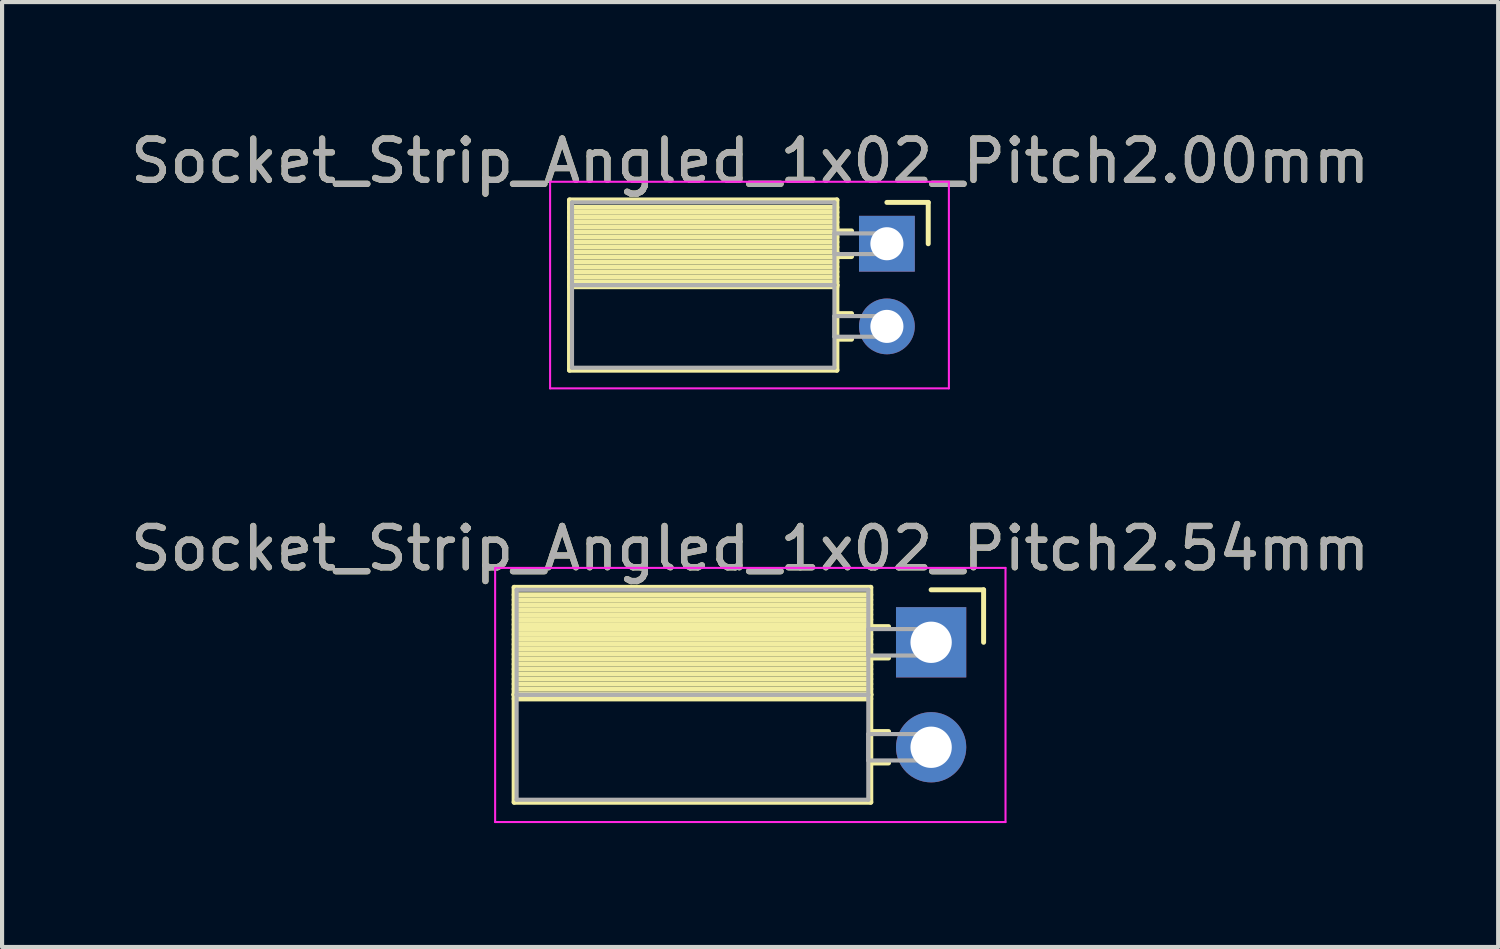
<source format=kicad_pcb>
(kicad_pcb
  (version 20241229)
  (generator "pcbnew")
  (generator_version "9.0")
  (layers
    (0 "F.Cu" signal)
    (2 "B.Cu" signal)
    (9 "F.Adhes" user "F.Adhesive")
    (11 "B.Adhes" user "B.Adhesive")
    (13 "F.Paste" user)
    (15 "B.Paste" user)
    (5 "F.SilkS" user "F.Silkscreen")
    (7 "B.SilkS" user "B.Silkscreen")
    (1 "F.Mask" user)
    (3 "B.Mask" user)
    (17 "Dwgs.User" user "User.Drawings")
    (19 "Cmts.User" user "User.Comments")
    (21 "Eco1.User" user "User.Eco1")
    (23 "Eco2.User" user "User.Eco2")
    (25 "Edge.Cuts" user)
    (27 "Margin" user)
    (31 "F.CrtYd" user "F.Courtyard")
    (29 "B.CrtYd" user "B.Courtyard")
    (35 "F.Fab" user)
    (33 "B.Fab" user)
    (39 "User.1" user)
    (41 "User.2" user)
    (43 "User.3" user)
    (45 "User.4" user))
  (footprint "Socket_Strip_Angled_1x02_Pitch2.54mm"
    (layer "F.Cu")
    (at 19.481 12.492)
    (property "Reference" "Socket_Strip_Angled_1x02_Pitch2.54mm" (at -4.38 -2.27 0) (layer "F.SilkS") (effects (font (size 1 1) (thickness 0.15))))
    (attr through_hole)
    (fp_line (start -10.09 -1.33) (end -1.46 -1.33) (stroke (width 0.12) (type solid)) (layer "F.SilkS"))
    (fp_line (start -10.09 1.27) (end -10.09 -1.33) (stroke (width 0.12) (type solid)) (layer "F.SilkS"))
    (fp_line (start -10.09 1.27) (end -1.46 1.27) (stroke (width 0.12) (type solid)) (layer "F.SilkS"))
    (fp_line (start -10.09 3.87) (end -10.09 1.27) (stroke (width 0.12) (type solid)) (layer "F.SilkS"))
    (fp_line (start -1.46 -1.33) (end -1.46 1.27) (stroke (width 0.12) (type solid)) (layer "F.SilkS"))
    (fp_line (start -1.46 -1.15) (end -10.09 -1.15) (stroke (width 0.12) (type solid)) (layer "F.SilkS"))
    (fp_line (start -1.46 -1.03) (end -10.09 -1.03) (stroke (width 0.12) (type solid)) (layer "F.SilkS"))
    (fp_line (start -1.46 -0.91) (end -10.09 -0.91) (stroke (width 0.12) (type solid)) (layer "F.SilkS"))
    (fp_line (start -1.46 -0.79) (end -10.09 -0.79) (stroke (width 0.12) (type solid)) (layer "F.SilkS"))
    (fp_line (start -1.46 -0.67) (end -10.09 -0.67) (stroke (width 0.12) (type solid)) (layer "F.SilkS"))
    (fp_line (start -1.46 -0.55) (end -10.09 -0.55) (stroke (width 0.12) (type solid)) (layer "F.SilkS"))
    (fp_line (start -1.46 -0.43) (end -10.09 -0.43) (stroke (width 0.12) (type solid)) (layer "F.SilkS"))
    (fp_line (start -1.46 -0.31) (end -10.09 -0.31) (stroke (width 0.12) (type solid)) (layer "F.SilkS"))
    (fp_line (start -1.46 -0.19) (end -10.09 -0.19) (stroke (width 0.12) (type solid)) (layer "F.SilkS"))
    (fp_line (start -1.46 -0.07) (end -10.09 -0.07) (stroke (width 0.12) (type solid)) (layer "F.SilkS"))
    (fp_line (start -1.46 0.05) (end -10.09 0.05) (stroke (width 0.12) (type solid)) (layer "F.SilkS"))
    (fp_line (start -1.46 0.17) (end -10.09 0.17) (stroke (width 0.12) (type solid)) (layer "F.SilkS"))
    (fp_line (start -1.46 0.29) (end -10.09 0.29) (stroke (width 0.12) (type solid)) (layer "F.SilkS"))
    (fp_line (start -1.46 0.41) (end -10.09 0.41) (stroke (width 0.12) (type solid)) (layer "F.SilkS"))
    (fp_line (start -1.46 0.53) (end -10.09 0.53) (stroke (width 0.12) (type solid)) (layer "F.SilkS"))
    (fp_line (start -1.46 0.65) (end -10.09 0.65) (stroke (width 0.12) (type solid)) (layer "F.SilkS"))
    (fp_line (start -1.46 0.77) (end -10.09 0.77) (stroke (width 0.12) (type solid)) (layer "F.SilkS"))
    (fp_line (start -1.46 0.89) (end -10.09 0.89) (stroke (width 0.12) (type solid)) (layer "F.SilkS"))
    (fp_line (start -1.46 1.01) (end -10.09 1.01) (stroke (width 0.12) (type solid)) (layer "F.SilkS"))
    (fp_line (start -1.46 1.13) (end -10.09 1.13) (stroke (width 0.12) (type solid)) (layer "F.SilkS"))
    (fp_line (start -1.46 1.25) (end -10.09 1.25) (stroke (width 0.12) (type solid)) (layer "F.SilkS"))
    (fp_line (start -1.46 1.27) (end -10.09 1.27) (stroke (width 0.12) (type solid)) (layer "F.SilkS"))
    (fp_line (start -1.46 1.27) (end -1.46 3.87) (stroke (width 0.12) (type solid)) (layer "F.SilkS"))
    (fp_line (start -1.46 1.37) (end -10.09 1.37) (stroke (width 0.12) (type solid)) (layer "F.SilkS"))
    (fp_line (start -1.46 3.87) (end -10.09 3.87) (stroke (width 0.12) (type solid)) (layer "F.SilkS"))
    (fp_line (start -1.03 -0.38) (end -1.46 -0.38) (stroke (width 0.12) (type solid)) (layer "F.SilkS"))
    (fp_line (start -1.03 0.38) (end -1.46 0.38) (stroke (width 0.12) (type solid)) (layer "F.SilkS"))
    (fp_line (start -1.03 2.16) (end -1.46 2.16) (stroke (width 0.12) (type solid)) (layer "F.SilkS"))
    (fp_line (start -1.03 2.92) (end -1.46 2.92) (stroke (width 0.12) (type solid)) (layer "F.SilkS"))
    (fp_line (start 0 -1.27) (end 1.27 -1.27) (stroke (width 0.12) (type solid)) (layer "F.SilkS"))
    (fp_line (start 1.27 -1.27) (end 1.27 0) (stroke (width 0.12) (type solid)) (layer "F.SilkS"))
    (fp_line (start -10.55 -1.8) (end 1.8 -1.8) (stroke (width 0.05) (type solid)) (layer "F.CrtYd"))
    (fp_line (start -10.55 4.35) (end -10.55 -1.8) (stroke (width 0.05) (type solid)) (layer "F.CrtYd"))
    (fp_line (start 1.8 -1.8) (end 1.8 4.35) (stroke (width 0.05) (type solid)) (layer "F.CrtYd"))
    (fp_line (start 1.8 4.35) (end -10.55 4.35) (stroke (width 0.05) (type solid)) (layer "F.CrtYd"))
    (fp_line (start -10.03 -1.27) (end -1.52 -1.27) (stroke (width 0.1) (type solid)) (layer "F.Fab"))
    (fp_line (start -10.03 1.27) (end -10.03 -1.27) (stroke (width 0.1) (type solid)) (layer "F.Fab"))
    (fp_line (start -10.03 1.27) (end -1.52 1.27) (stroke (width 0.1) (type solid)) (layer "F.Fab"))
    (fp_line (start -10.03 3.81) (end -10.03 1.27) (stroke (width 0.1) (type solid)) (layer "F.Fab"))
    (fp_line (start -1.52 -1.27) (end -1.52 1.27) (stroke (width 0.1) (type solid)) (layer "F.Fab"))
    (fp_line (start -1.52 -0.32) (end 0 -0.32) (stroke (width 0.1) (type solid)) (layer "F.Fab"))
    (fp_line (start -1.52 0.32) (end -1.52 -0.32) (stroke (width 0.1) (type solid)) (layer "F.Fab"))
    (fp_line (start -1.52 1.27) (end -10.03 1.27) (stroke (width 0.1) (type solid)) (layer "F.Fab"))
    (fp_line (start -1.52 1.27) (end -1.52 3.81) (stroke (width 0.1) (type solid)) (layer "F.Fab"))
    (fp_line (start -1.52 2.22) (end 0 2.22) (stroke (width 0.1) (type solid)) (layer "F.Fab"))
    (fp_line (start -1.52 2.86) (end -1.52 2.22) (stroke (width 0.1) (type solid)) (layer "F.Fab"))
    (fp_line (start -1.52 3.81) (end -10.03 3.81) (stroke (width 0.1) (type solid)) (layer "F.Fab"))
    (fp_line (start 0 -0.32) (end 0 0.32) (stroke (width 0.1) (type solid)) (layer "F.Fab"))
    (fp_line (start 0 0.32) (end -1.52 0.32) (stroke (width 0.1) (type solid)) (layer "F.Fab"))
    (fp_line (start 0 2.22) (end 0 2.86) (stroke (width 0.1) (type solid)) (layer "F.Fab"))
    (fp_line (start 0 2.86) (end -1.52 2.86) (stroke (width 0.1) (type solid)) (layer "F.Fab"))
    (fp_text user "${REFERENCE}" (at -4.38 -2.27 0) (layer "F.Fab") (effects (font (size 1 1) (thickness 0.15))))
    (pad "1" thru_hole rect (at 0 0) (size 1.7 1.7) (drill 1) (layers "*.Cu" "*.Mask"))
    (pad "2" thru_hole oval (at 0 2.54) (size 1.7 1.7) (drill 1) (layers "*.Cu" "*.Mask")))
  (footprint "Socket_Strip_Angled_1x02_Pitch2.00mm"
    (layer "F.Cu")
    (at 18.411 2.848)
    (property "Reference" "Socket_Strip_Angled_1x02_Pitch2.00mm" (at -3.31 -2 0) (layer "F.SilkS") (effects (font (size 1 1) (thickness 0.15))))
    (attr through_hole)
    (fp_line (start -7.68 -1.06) (end -1.21 -1.06) (stroke (width 0.12) (type solid)) (layer "F.SilkS"))
    (fp_line (start -7.68 1) (end -7.68 -1.06) (stroke (width 0.12) (type solid)) (layer "F.SilkS"))
    (fp_line (start -7.68 1) (end -1.21 1) (stroke (width 0.12) (type solid)) (layer "F.SilkS"))
    (fp_line (start -7.68 3.06) (end -7.68 1) (stroke (width 0.12) (type solid)) (layer "F.SilkS"))
    (fp_line (start -1.21 -1.06) (end -1.21 1) (stroke (width 0.12) (type solid)) (layer "F.SilkS"))
    (fp_line (start -1.21 -0.88) (end -7.68 -0.88) (stroke (width 0.12) (type solid)) (layer "F.SilkS"))
    (fp_line (start -1.21 -0.76) (end -7.68 -0.76) (stroke (width 0.12) (type solid)) (layer "F.SilkS"))
    (fp_line (start -1.21 -0.64) (end -7.68 -0.64) (stroke (width 0.12) (type solid)) (layer "F.SilkS"))
    (fp_line (start -1.21 -0.52) (end -7.68 -0.52) (stroke (width 0.12) (type solid)) (layer "F.SilkS"))
    (fp_line (start -1.21 -0.4) (end -7.68 -0.4) (stroke (width 0.12) (type solid)) (layer "F.SilkS"))
    (fp_line (start -1.21 -0.28) (end -7.68 -0.28) (stroke (width 0.12) (type solid)) (layer "F.SilkS"))
    (fp_line (start -1.21 -0.16) (end -7.68 -0.16) (stroke (width 0.12) (type solid)) (layer "F.SilkS"))
    (fp_line (start -1.21 -0.04) (end -7.68 -0.04) (stroke (width 0.12) (type solid)) (layer "F.SilkS"))
    (fp_line (start -1.21 0.08) (end -7.68 0.08) (stroke (width 0.12) (type solid)) (layer "F.SilkS"))
    (fp_line (start -1.21 0.2) (end -7.68 0.2) (stroke (width 0.12) (type solid)) (layer "F.SilkS"))
    (fp_line (start -1.21 0.32) (end -7.68 0.32) (stroke (width 0.12) (type solid)) (layer "F.SilkS"))
    (fp_line (start -1.21 0.44) (end -7.68 0.44) (stroke (width 0.12) (type solid)) (layer "F.SilkS"))
    (fp_line (start -1.21 0.56) (end -7.68 0.56) (stroke (width 0.12) (type solid)) (layer "F.SilkS"))
    (fp_line (start -1.21 0.68) (end -7.68 0.68) (stroke (width 0.12) (type solid)) (layer "F.SilkS"))
    (fp_line (start -1.21 0.8) (end -7.68 0.8) (stroke (width 0.12) (type solid)) (layer "F.SilkS"))
    (fp_line (start -1.21 0.92) (end -7.68 0.92) (stroke (width 0.12) (type solid)) (layer "F.SilkS"))
    (fp_line (start -1.21 1) (end -7.68 1) (stroke (width 0.12) (type solid)) (layer "F.SilkS"))
    (fp_line (start -1.21 1) (end -1.21 3.06) (stroke (width 0.12) (type solid)) (layer "F.SilkS"))
    (fp_line (start -1.21 1.04) (end -7.68 1.04) (stroke (width 0.12) (type solid)) (layer "F.SilkS"))
    (fp_line (start -1.21 3.06) (end -7.68 3.06) (stroke (width 0.12) (type solid)) (layer "F.SilkS"))
    (fp_line (start -0.855 -0.31) (end -1.21 -0.31) (stroke (width 0.12) (type solid)) (layer "F.SilkS"))
    (fp_line (start -0.855 0.31) (end -1.21 0.31) (stroke (width 0.12) (type solid)) (layer "F.SilkS"))
    (fp_line (start -0.855 1.69) (end -1.21 1.69) (stroke (width 0.12) (type solid)) (layer "F.SilkS"))
    (fp_line (start -0.855 2.31) (end -1.21 2.31) (stroke (width 0.12) (type solid)) (layer "F.SilkS"))
    (fp_line (start 0 -1) (end 1 -1) (stroke (width 0.12) (type solid)) (layer "F.SilkS"))
    (fp_line (start 1 -1) (end 1 0) (stroke (width 0.12) (type solid)) (layer "F.SilkS"))
    (fp_line (start -8.15 -1.5) (end 1.5 -1.5) (stroke (width 0.05) (type solid)) (layer "F.CrtYd"))
    (fp_line (start -8.15 3.5) (end -8.15 -1.5) (stroke (width 0.05) (type solid)) (layer "F.CrtYd"))
    (fp_line (start 1.5 -1.5) (end 1.5 3.5) (stroke (width 0.05) (type solid)) (layer "F.CrtYd"))
    (fp_line (start 1.5 3.5) (end -8.15 3.5) (stroke (width 0.05) (type solid)) (layer "F.CrtYd"))
    (fp_line (start -7.62 -1) (end -1.27 -1) (stroke (width 0.1) (type solid)) (layer "F.Fab"))
    (fp_line (start -7.62 1) (end -7.62 -1) (stroke (width 0.1) (type solid)) (layer "F.Fab"))
    (fp_line (start -7.62 1) (end -1.27 1) (stroke (width 0.1) (type solid)) (layer "F.Fab"))
    (fp_line (start -7.62 3) (end -7.62 1) (stroke (width 0.1) (type solid)) (layer "F.Fab"))
    (fp_line (start -1.27 -1) (end -1.27 1) (stroke (width 0.1) (type solid)) (layer "F.Fab"))
    (fp_line (start -1.27 -0.25) (end 0 -0.25) (stroke (width 0.1) (type solid)) (layer "F.Fab"))
    (fp_line (start -1.27 0.25) (end -1.27 -0.25) (stroke (width 0.1) (type solid)) (layer "F.Fab"))
    (fp_line (start -1.27 1) (end -7.62 1) (stroke (width 0.1) (type solid)) (layer "F.Fab"))
    (fp_line (start -1.27 1) (end -1.27 3) (stroke (width 0.1) (type solid)) (layer "F.Fab"))
    (fp_line (start -1.27 1.75) (end 0 1.75) (stroke (width 0.1) (type solid)) (layer "F.Fab"))
    (fp_line (start -1.27 2.25) (end -1.27 1.75) (stroke (width 0.1) (type solid)) (layer "F.Fab"))
    (fp_line (start -1.27 3) (end -7.62 3) (stroke (width 0.1) (type solid)) (layer "F.Fab"))
    (fp_line (start 0 -0.25) (end 0 0.25) (stroke (width 0.1) (type solid)) (layer "F.Fab"))
    (fp_line (start 0 0.25) (end -1.27 0.25) (stroke (width 0.1) (type solid)) (layer "F.Fab"))
    (fp_line (start 0 1.75) (end 0 2.25) (stroke (width 0.1) (type solid)) (layer "F.Fab"))
    (fp_line (start 0 2.25) (end -1.27 2.25) (stroke (width 0.1) (type solid)) (layer "F.Fab"))
    (fp_text user "${REFERENCE}" (at -3.31 -2 0) (layer "F.Fab") (effects (font (size 1 1) (thickness 0.15))))
    (pad "1" thru_hole rect (at 0 0) (size 1.35 1.35) (drill 0.8) (layers "*.Cu" "*.Mask"))
    (pad "2" thru_hole oval (at 0 2) (size 1.35 1.35) (drill 0.8) (layers "*.Cu" "*.Mask")))
  (gr_rect
    (start -3 -3)
    (end 33.202 19.866)
    (stroke (width 0.1) (type default))
    (fill no)
    (layer "Edge.Cuts")))
</source>
